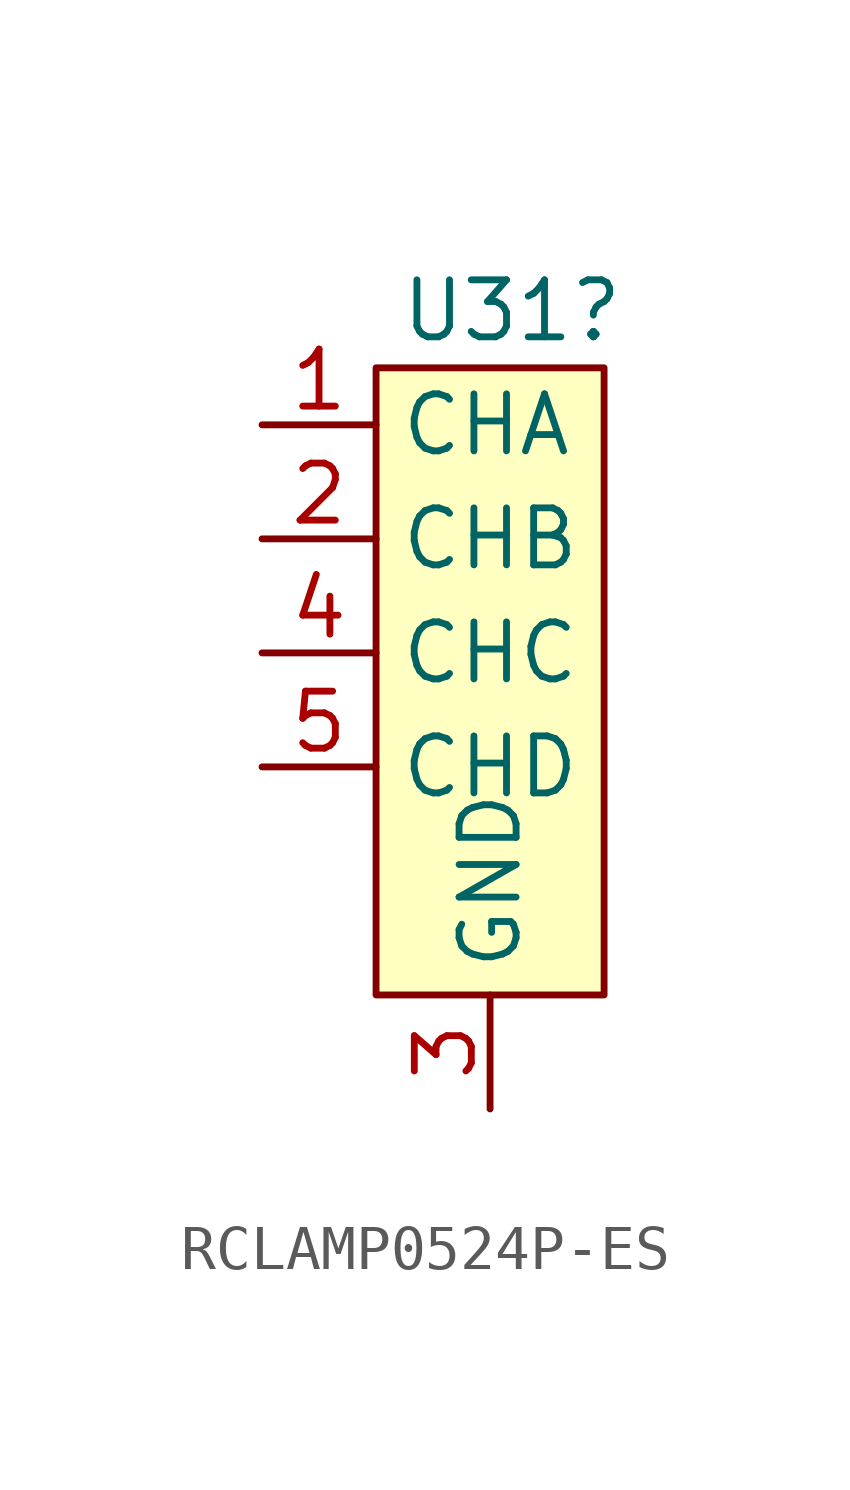
<source format=kicad_sym>
(kicad_symbol_lib
  (version 20231120)
  (generator "kicad_symbol_editor")
  (generator_version "8.0")
  (symbol "RCLAMP0524P-ES"
    (property "Reference" "U31"
      (at -2.032 7.62 0)
      (effects (font (size 1.27 1.27)) (justify left)))
    (symbol "RCLAMP0524P-ES_1_1"
      (rectangle (start -2.54 6.35) (end 2.54 -7.62) (stroke (width 0) (type default)) (fill (type background)))
      (pin passive line (at -5.08 5.08 0) (length 2.54) (name "CHA" (effects (font (size 1.27 1.27)))) (number "1" (effects (font (size 1.27 1.27)))))
      (pin passive line (at -5.08 5.08 0) (length 2.54) hide (name "CHA" (effects (font (size 1.27 1.27)))) (number "10" (effects (font (size 1.27 1.27)))))
      (pin passive line (at -5.08 2.54 0) (length 2.54) (name "CHB" (effects (font (size 1.27 1.27)))) (number "2" (effects (font (size 1.27 1.27)))))
      (pin power_in line (at 0 -10.16 90) (length 2.54) (name "GND" (effects (font (size 1.27 1.27)))) (number "3" (effects (font (size 1.27 1.27)))))
      (pin passive line (at -5.08 0 0) (length 2.54) (name "CHC" (effects (font (size 1.27 1.27)))) (number "4" (effects (font (size 1.27 1.27)))))
      (pin passive line (at -5.08 -2.54 0) (length 2.54) (name "CHD" (effects (font (size 1.27 1.27)))) (number "5" (effects (font (size 1.27 1.27)))))
      (pin passive line (at -5.08 -2.54 0) (length 2.54) hide (name "CHD" (effects (font (size 1.27 1.27)))) (number "6" (effects (font (size 1.27 1.27)))))
      (pin passive line (at -5.08 0 0) (length 2.54) hide (name "CHC" (effects (font (size 1.27 1.27)))) (number "7" (effects (font (size 1.27 1.27)))))
      (pin passive line (at 0 -10.16 90) (length 2.54) hide (name "GND" (effects (font (size 1.27 1.27)))) (number "8" (effects (font (size 1.27 1.27)))))
      (pin passive line (at -5.08 2.54 0) (length 2.54) hide (name "CHB" (effects (font (size 1.27 1.27)))) (number "9" (effects (font (size 1.27 1.27))))))))
</source>
